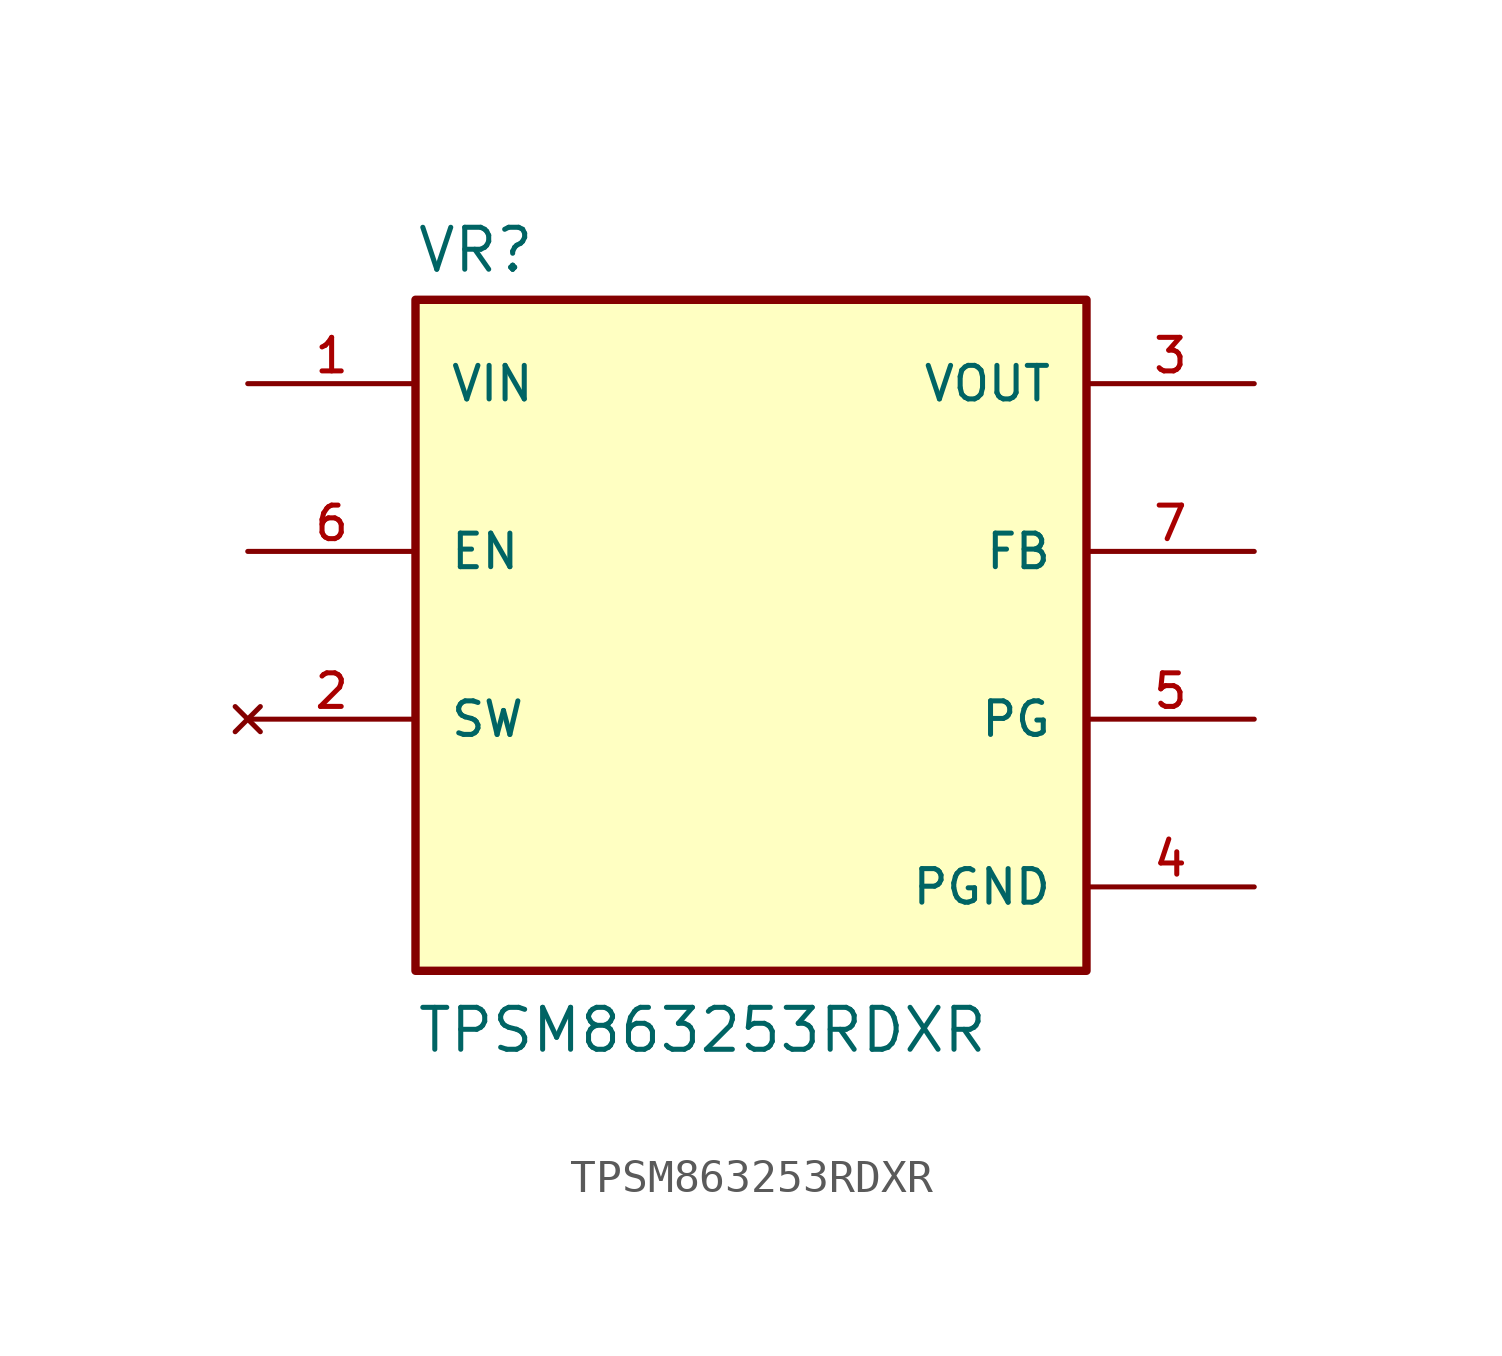
<source format=kicad_sym>
(kicad_symbol_lib
  (version 20211014)
  (generator kicad_symbol_editor)
  (symbol "TPSM863253RDXR"
    (pin_names
      (offset 1.016))
    (property "Reference" "VR"
      (at -10.16 10.922 0)
      (effects (font (size 1.27 1.27)) (justify bottom left)))
    (property "Value" "TPSM863253RDXR"
      (at -10.16 -12.7 0)
      (effects (font (size 1.27 1.27)) (justify bottom left)))
    (symbol "TPSM863253RDXR_0_0"
      (rectangle (start -10.16 -10.16) (end 10.16 10.16) (stroke (width 0.254)) (fill (type background)))
      (pin input line (at 15.24 2.54 180.0) (length 5.08) (name "FB" (effects (font (size 1.016 1.016)))) (number "7" (effects (font (size 1.016 1.016)))))
      (pin input line (at -15.24 2.54 0) (length 5.08) (name "EN" (effects (font (size 1.016 1.016)))) (number "6" (effects (font (size 1.016 1.016)))))
      (pin output line (at 15.24 -2.54 180.0) (length 5.08) (name "PG" (effects (font (size 1.016 1.016)))) (number "5" (effects (font (size 1.016 1.016)))))
      (pin power_in line (at 15.24 -7.62 180.0) (length 5.08) (name "PGND" (effects (font (size 1.016 1.016)))) (number "4" (effects (font (size 1.016 1.016)))))
      (pin output line (at 15.24 7.62 180.0) (length 5.08) (name "VOUT" (effects (font (size 1.016 1.016)))) (number "3" (effects (font (size 1.016 1.016)))))
      (pin no_connect line (at -15.24 -2.54 0) (length 5.08) (name "SW" (effects (font (size 1.016 1.016)))) (number "2" (effects (font (size 1.016 1.016)))))
      (pin input line (at -15.24 7.62 0) (length 5.08) (name "VIN" (effects (font (size 1.016 1.016)))) (number "1" (effects (font (size 1.016 1.016))))))))
</source>
